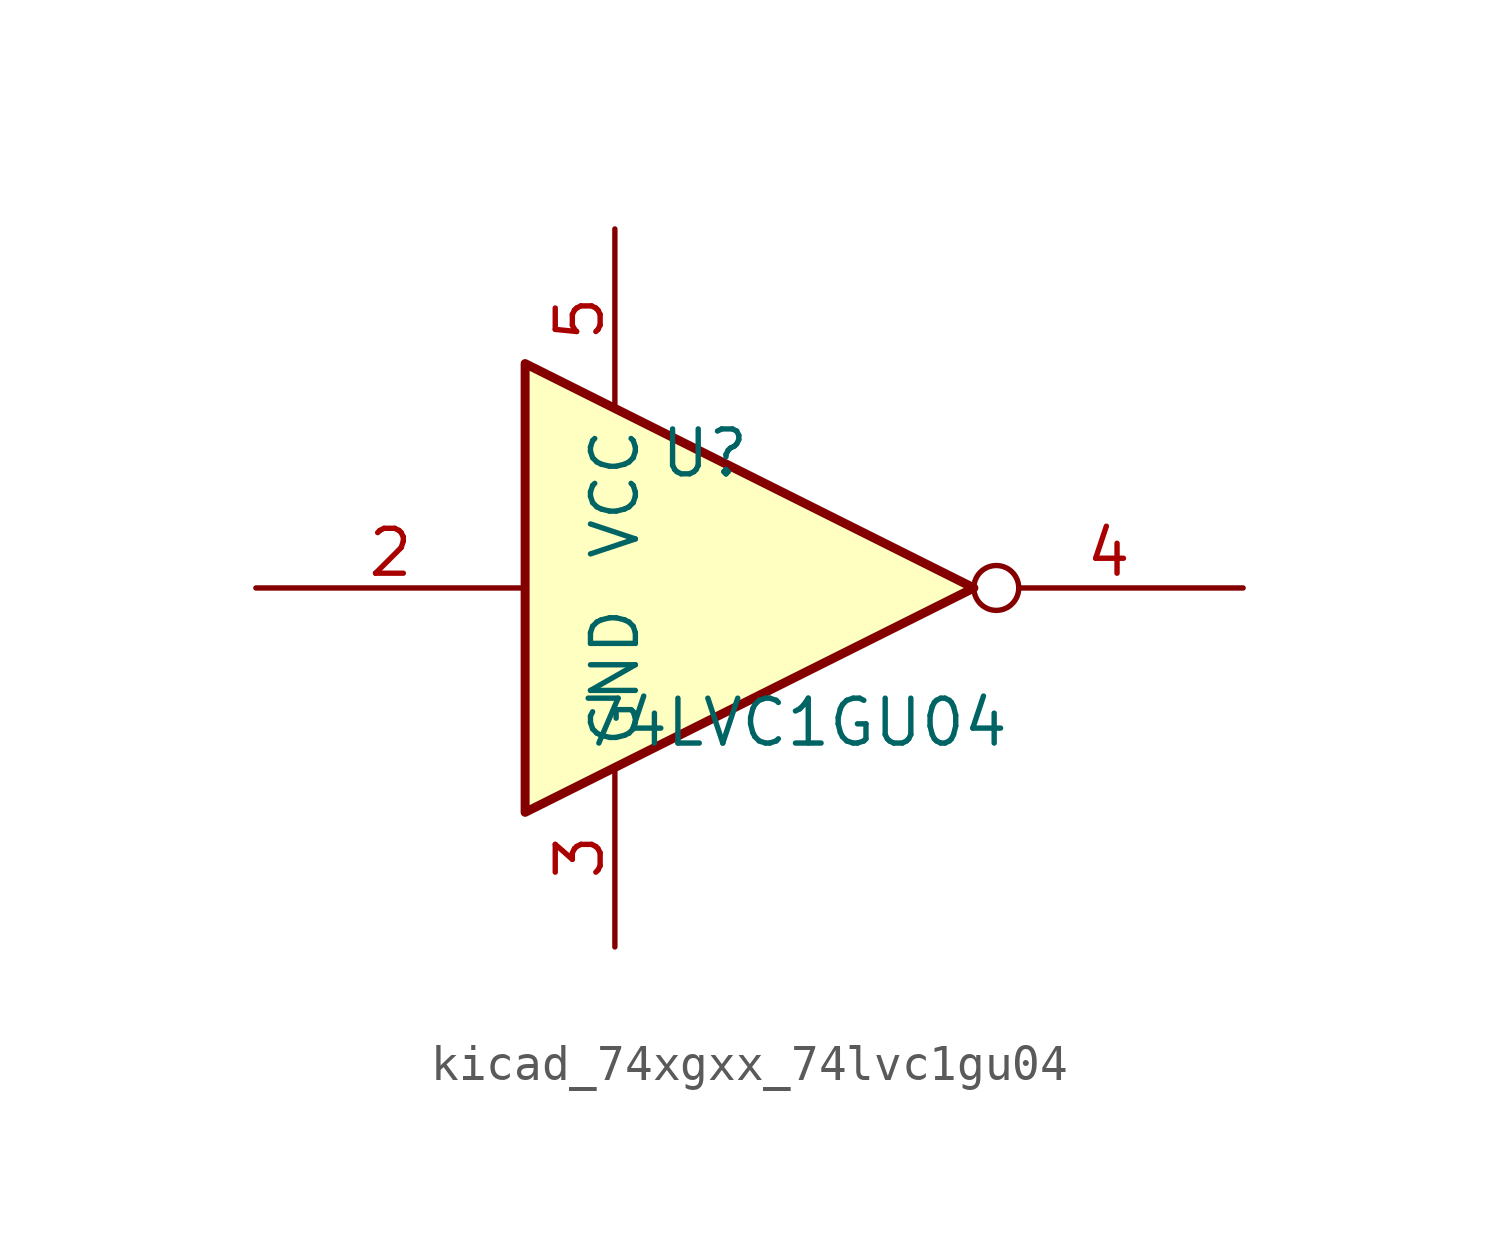
<source format=kicad_sym>
(kicad_symbol_lib
  (version 20220914)
  (generator kicad_symbol_editor)
  (symbol "kicad_74xgxx_74lvc1gu04"
    (property "Reference" "U"
      (at -2.54 3.81 0)
      (effects (font (size 1.27 1.27))))
    (property "Value" "74LVC1GU04"
      (at 0 -3.81 0)
      (effects (font (size 1.27 1.27))))
    (symbol "kicad_74xgxx_74lvc1gu04_0_1"
      (polyline (pts (xy -7.62 6.35) (xy -7.62 -6.35) (xy 5.08 0) (xy -7.62 6.35)) (stroke (width 0.254) (type default)) (fill (type background))))
    (symbol "kicad_74xgxx_74lvc1gu04_1_1"
      (pin input line (at -15.24 0 0) (length 7.62) (name "~" (effects (font (size 1.27 1.27)))) (number "2" (effects (font (size 1.27 1.27)))))
      (pin power_in line (at -5.08 -10.16 90) (length 5.08) (name "GND" (effects (font (size 1.27 1.27)))) (number "3" (effects (font (size 1.27 1.27)))))
      (pin output inverted (at 12.7 0 180) (length 7.62) (name "~" (effects (font (size 1.27 1.27)))) (number "4" (effects (font (size 1.27 1.27)))))
      (pin power_in line (at -5.08 10.16 270) (length 5.08) (name "VCC" (effects (font (size 1.27 1.27)))) (number "5" (effects (font (size 1.27 1.27))))))))
</source>
